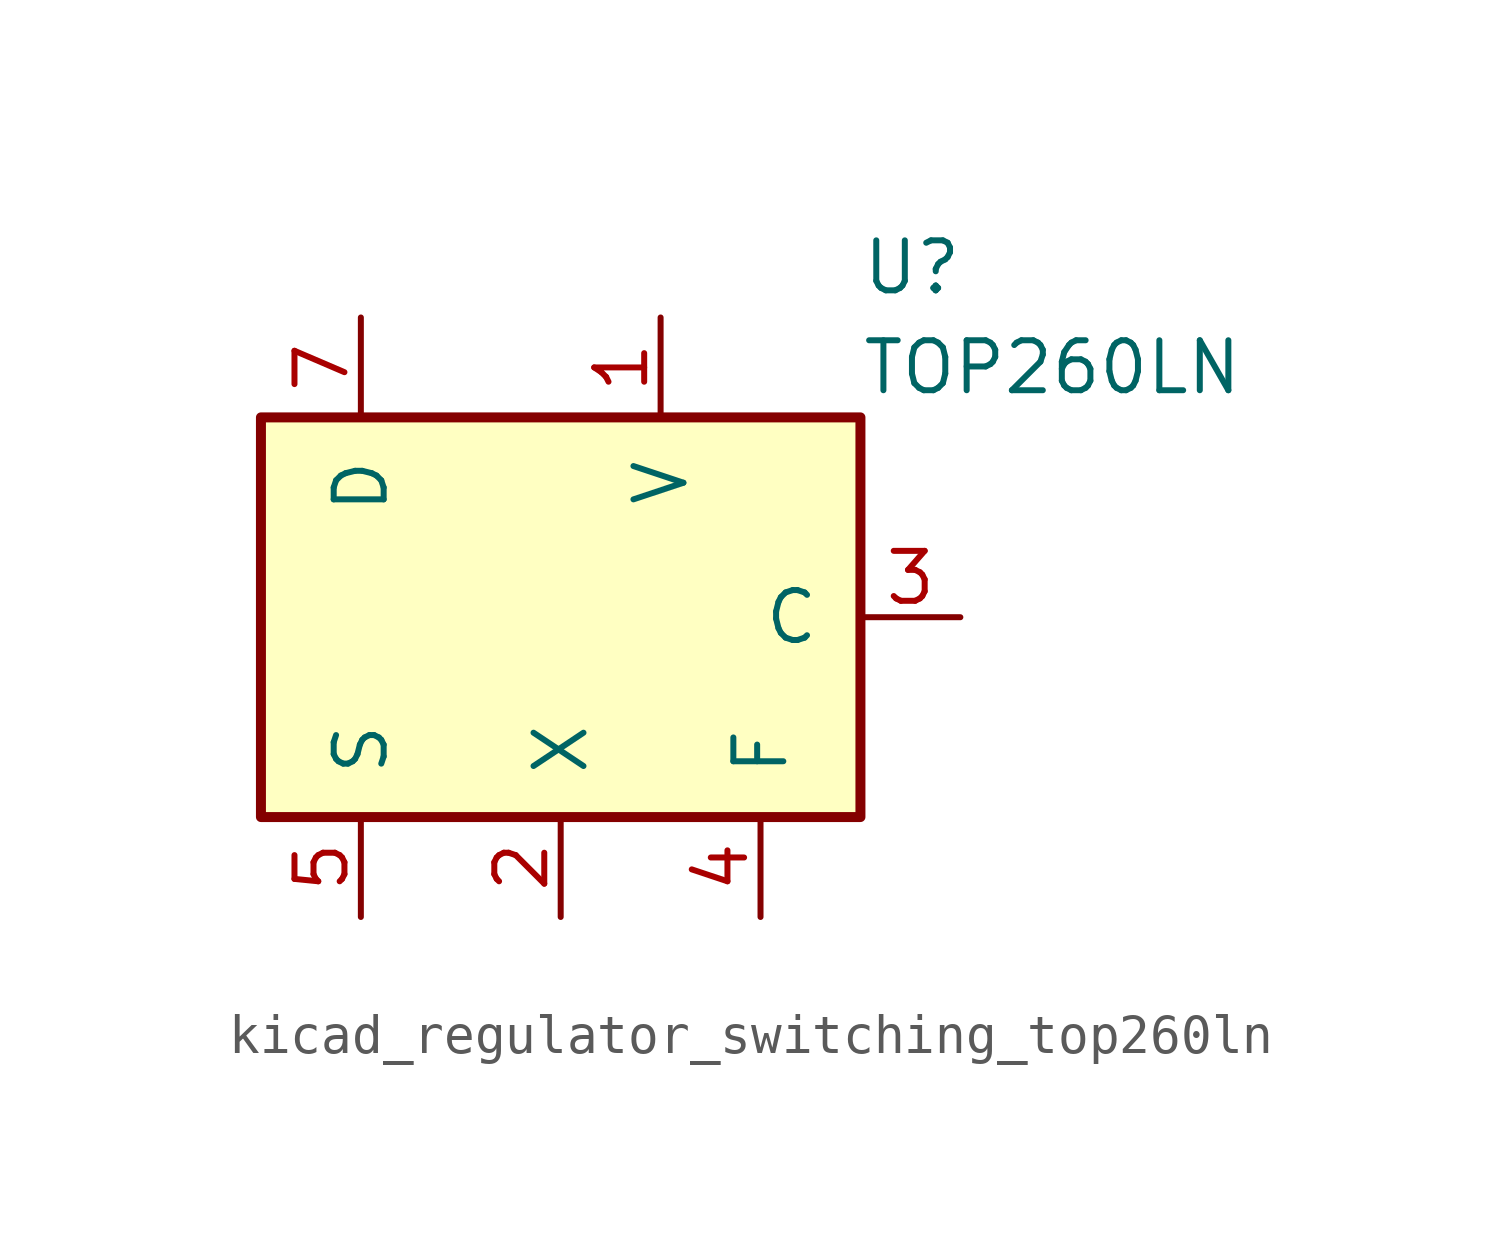
<source format=kicad_sym>
(kicad_symbol_lib
  (version 20220914)
  (generator kicad_symbol_editor)
  (symbol "kicad_regulator_switching_top260ln"
    (pin_names
      (offset 1.016))
    (property "Reference" "U"
      (at 7.62 8.89 0)
      (effects (font (size 1.27 1.27)) (justify left)))
    (property "Value" "TOP260LN"
      (at 7.62 6.35 0)
      (effects (font (size 1.27 1.27)) (justify left)))
    (symbol "kicad_regulator_switching_top260ln_0_1"
      (rectangle (start -7.62 5.08) (end 7.62 -5.08) (stroke (width 0.254) (type default)) (fill (type background))))
    (symbol "kicad_regulator_switching_top260ln_1_1"
      (pin input line (at 2.54 7.62 270) (length 2.54) (name "V" (effects (font (size 1.27 1.27)))) (number "1" (effects (font (size 1.27 1.27)))))
      (pin input line (at 0 -7.62 90) (length 2.54) (name "X" (effects (font (size 1.27 1.27)))) (number "2" (effects (font (size 1.27 1.27)))))
      (pin input line (at 10.16 0 180) (length 2.54) (name "C" (effects (font (size 1.27 1.27)))) (number "3" (effects (font (size 1.27 1.27)))))
      (pin passive line (at 5.08 -7.62 90) (length 2.54) (name "F" (effects (font (size 1.27 1.27)))) (number "4" (effects (font (size 1.27 1.27)))))
      (pin power_in line (at -5.08 -7.62 90) (length 2.54) (name "S" (effects (font (size 1.27 1.27)))) (number "5" (effects (font (size 1.27 1.27)))))
      (pin open_collector line (at -5.08 7.62 270) (length 2.54) (name "D" (effects (font (size 1.27 1.27)))) (number "7" (effects (font (size 1.27 1.27))))))))
</source>
